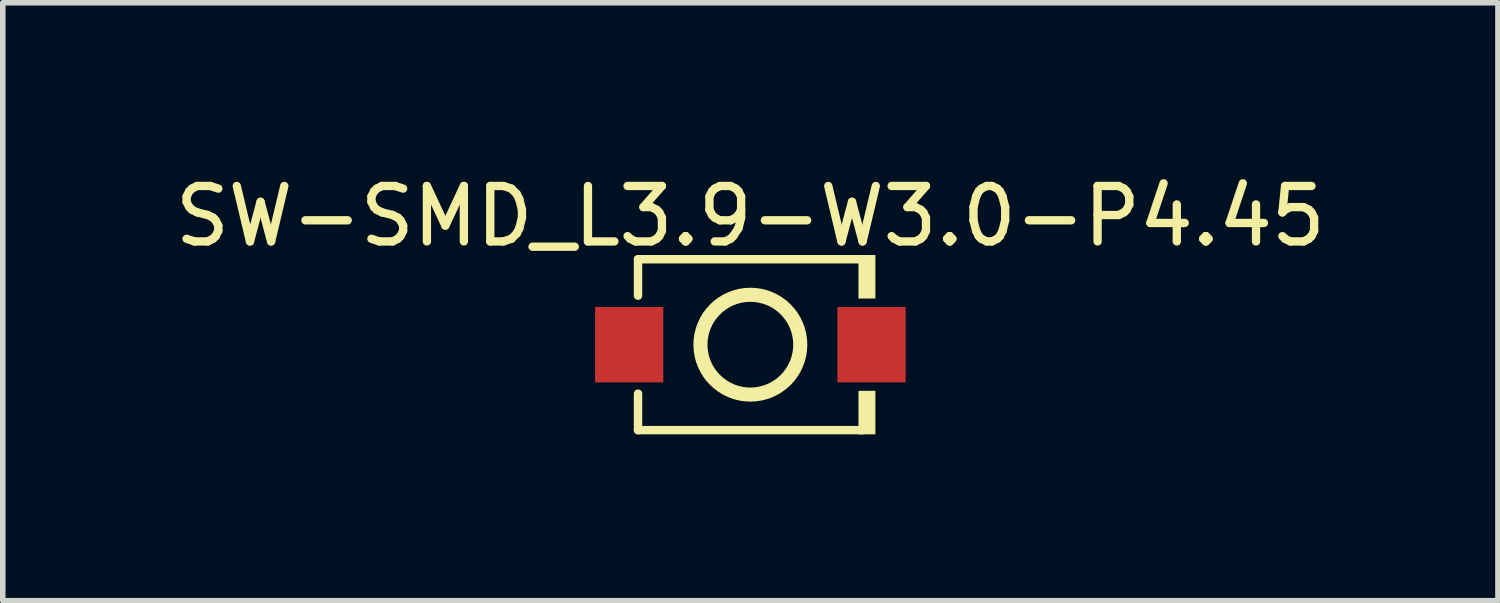
<source format=kicad_pcb>
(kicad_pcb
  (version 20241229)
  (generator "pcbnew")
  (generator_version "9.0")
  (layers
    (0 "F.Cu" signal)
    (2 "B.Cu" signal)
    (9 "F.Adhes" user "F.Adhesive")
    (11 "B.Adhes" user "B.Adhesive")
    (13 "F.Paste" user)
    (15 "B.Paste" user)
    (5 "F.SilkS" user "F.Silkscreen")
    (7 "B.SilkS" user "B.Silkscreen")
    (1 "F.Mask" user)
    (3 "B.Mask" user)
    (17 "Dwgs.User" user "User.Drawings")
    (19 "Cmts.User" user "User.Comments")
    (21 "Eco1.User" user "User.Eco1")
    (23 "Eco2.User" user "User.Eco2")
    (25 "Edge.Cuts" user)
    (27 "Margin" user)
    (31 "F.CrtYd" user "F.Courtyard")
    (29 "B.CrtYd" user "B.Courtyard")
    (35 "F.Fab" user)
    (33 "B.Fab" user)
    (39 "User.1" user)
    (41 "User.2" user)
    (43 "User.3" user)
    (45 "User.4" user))
  (footprint "SW-SMD_L3.9-W3.0-P4.45"
    (layer "F.Cu")
    (at 10.482 3.166)
    (property "Reference" "SW-SMD_L3.9-W3.0-P4.45" (at 0 -2.317 0) (layer "F.SilkS") (effects (font (size 1 1) (thickness 0.15))))
    (fp_line (start -2.026 -1.541) (end 2.026 -1.541) (stroke (width 0.152) (type solid)) (layer "F.SilkS"))
    (fp_line (start -2.026 -0.883) (end -2.026 -1.541) (stroke (width 0.152) (type solid)) (layer "F.SilkS"))
    (fp_line (start -2.026 1.541) (end -2.026 0.883) (stroke (width 0.152) (type solid)) (layer "F.SilkS"))
    (fp_line (start -2.026 1.541) (end 2.026 1.541) (stroke (width 0.152) (type solid)) (layer "F.SilkS"))
    (fp_circle (center -0.00003 -0.00003) (end -0.00003 -0.9) (stroke (width 0.254) (type solid)) (fill no) (layer "F.SilkS"))
    (fp_poly (pts (xy 1.95 -1.617) (xy 1.95 -0.832) (xy 2.255 -0.832) (xy 2.255 -1.617)) (stroke (width 0) (type default)) (fill yes) (layer "F.SilkS"))
    (fp_poly (pts (xy 1.95 1.617) (xy 1.95 0.832) (xy 2.255 0.832) (xy 2.255 1.617)) (stroke (width 0) (type default)) (fill yes) (layer "F.SilkS"))
    (fp_line (start -1.95 -1.465) (end 1.95 -1.465) (stroke (width 0.051) (type solid)) (layer "Eco2.User"))
    (fp_line (start -1.95 1.465) (end -1.95 -1.465) (stroke (width 0.051) (type solid)) (layer "Eco2.User"))
    (fp_line (start -1.95 1.465) (end 1.95 1.465) (stroke (width 0.051) (type solid)) (layer "Eco2.User"))
    (fp_line (start 1.95 1.465) (end 1.95 -1.465) (stroke (width 0.051) (type solid)) (layer "Eco2.User"))
    (fp_poly (pts (xy -2.5 -0.65) (xy -2.5 0.65) (xy -1.6 0.65) (xy -1.6 -0.65)) (stroke (width 0.1) (type default)) (fill no) (layer "Eco2.User"))
    (fp_poly (pts (xy 2.5 -0.65) (xy 2.5 0.65) (xy 1.6 0.65) (xy 1.6 -0.65)) (stroke (width 0.1) (type default)) (fill no) (layer "Eco2.User"))
    (fp_poly (pts (xy 2.565 -1.465) (xy 2.565 -1.465) (xy 2.546 -1.511) (xy 2.5 -1.53) (xy 2.454 -1.511) (xy 2.435 -1.465) (xy 2.435 -1.465) (xy 2.454 -1.419) (xy 2.5 -1.4) (xy 2.546 -1.419)) (stroke (width 0.1) (type default)) (fill no) (layer "Eco2.User"))
    (pad "1" smd rect (at -2.185 0) (size 1.23 1.36) (layers "F.Cu" "F.Mask" "F.Paste"))
    (pad "2" smd rect (at 2.185 0) (size 1.23 1.36) (layers "F.Cu" "F.Mask" "F.Paste")))
  (gr_rect
    (start -3 -3)
    (end 23.964 7.783)
    (stroke (width 0.1) (type default))
    (fill no)
    (layer "Edge.Cuts")))
</source>
